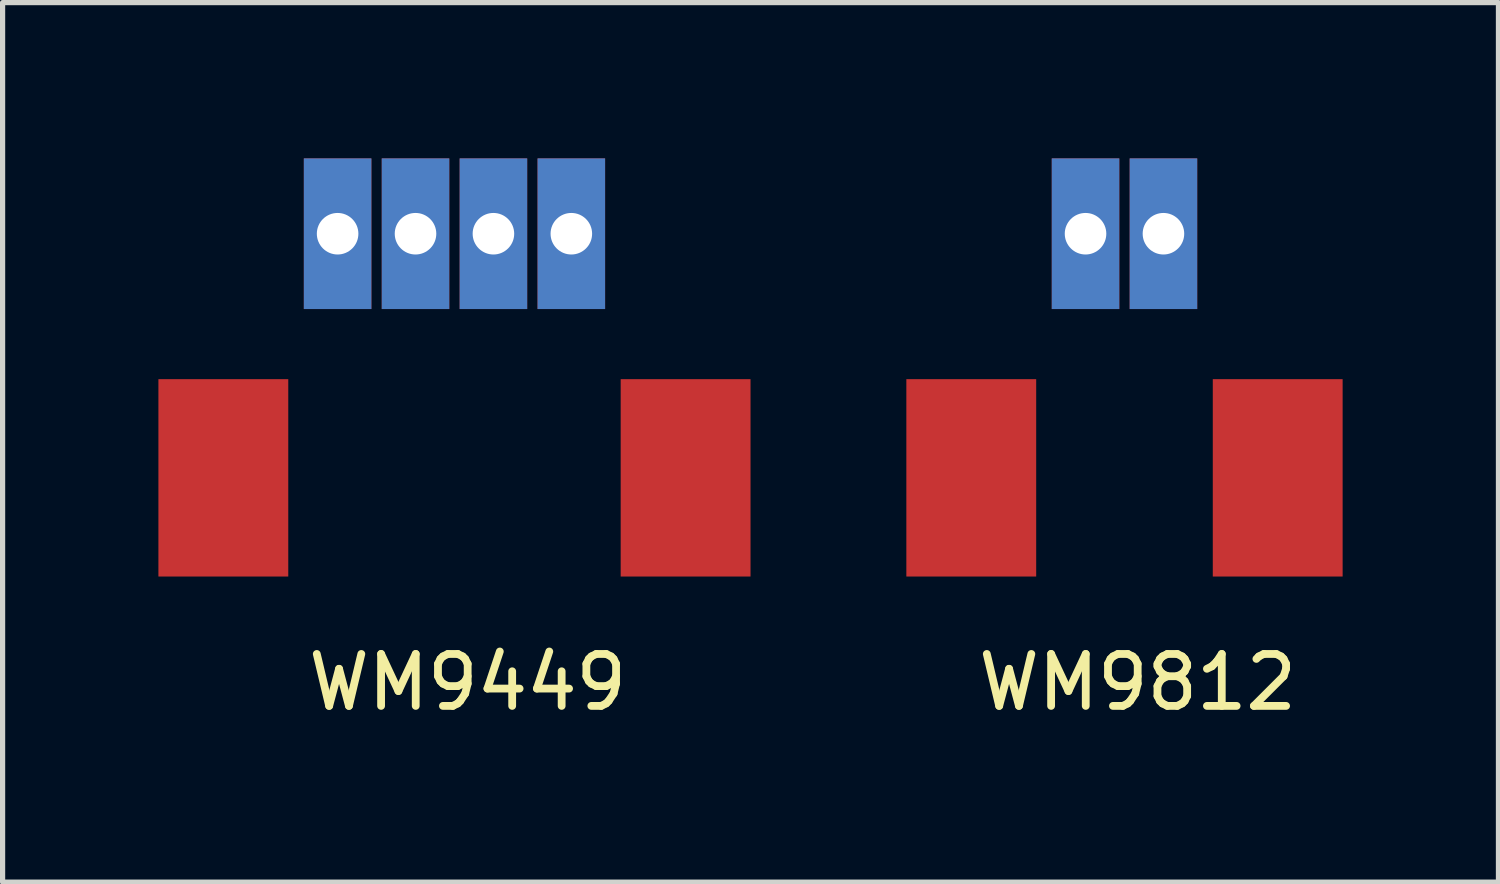
<source format=kicad_pcb>
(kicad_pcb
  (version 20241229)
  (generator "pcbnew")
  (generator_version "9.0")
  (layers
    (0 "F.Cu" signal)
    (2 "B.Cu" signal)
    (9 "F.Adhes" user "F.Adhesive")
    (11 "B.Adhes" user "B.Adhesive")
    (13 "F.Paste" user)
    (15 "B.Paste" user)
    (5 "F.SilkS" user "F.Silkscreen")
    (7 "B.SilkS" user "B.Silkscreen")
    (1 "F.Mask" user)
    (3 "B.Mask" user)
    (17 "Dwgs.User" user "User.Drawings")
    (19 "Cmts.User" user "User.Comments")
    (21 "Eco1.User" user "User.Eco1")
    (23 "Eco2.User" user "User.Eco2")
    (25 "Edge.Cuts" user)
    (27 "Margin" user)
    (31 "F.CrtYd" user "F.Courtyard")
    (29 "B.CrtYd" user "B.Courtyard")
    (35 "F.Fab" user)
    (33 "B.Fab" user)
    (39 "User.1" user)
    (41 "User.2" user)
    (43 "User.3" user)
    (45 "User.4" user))
  (footprint "WM9449"
    (layer "F.Cu")
    (at 5.7 1.45)
    (property "Reference" "WM9449" (at 0.254 8.636 0) (layer "F.SilkS") (effects (font (size 1 1) (thickness 0.15))))
    (attr through_hole)
    (pad "1" thru_hole rect (at 2.25 0) (size 1.3 2.9) (drill 0.8) (layers "*.Cu" "*.Mask"))
    (pad "2" thru_hole rect (at 0.75 0) (size 1.3 2.9) (drill 0.8) (layers "*.Cu" "*.Mask"))
    (pad "3" thru_hole rect (at -0.75 0) (size 1.3 2.9) (drill 0.8) (layers "*.Cu" "*.Mask"))
    (pad "4" thru_hole rect (at -2.25 0) (size 1.3 2.9) (drill 0.8) (layers "*.Cu" "*.Mask"))
    (pad "5" smd rect (at -4.45 4.7) (size 2.5 3.8) (layers "F.Cu" "F.Mask" "F.Paste"))
    (pad "5" smd rect (at 4.45 4.7) (size 2.5 3.8) (layers "F.Cu" "F.Mask" "F.Paste")))
  (footprint "WM9812"
    (layer "F.Cu")
    (at 18.6 1.45)
    (property "Reference" "WM9812" (at 0.254 8.636 0) (layer "F.SilkS") (effects (font (size 1 1) (thickness 0.15))))
    (attr through_hole)
    (pad "1" thru_hole rect (at 0.75 0) (size 1.3 2.9) (drill 0.8) (layers "*.Cu" "*.Mask"))
    (pad "2" thru_hole rect (at -0.75 0) (size 1.3 2.9) (drill 0.8) (layers "*.Cu" "*.Mask"))
    (pad "3" smd rect (at -2.95 4.7) (size 2.5 3.8) (layers "F.Cu" "F.Mask" "F.Paste"))
    (pad "3" smd rect (at 2.95 4.7) (size 2.5 3.8) (layers "F.Cu" "F.Mask" "F.Paste")))
  (gr_rect
    (start -3 -3)
    (end 25.8 13.934)
    (stroke (width 0.1) (type default))
    (fill no)
    (layer "Edge.Cuts")))
</source>
